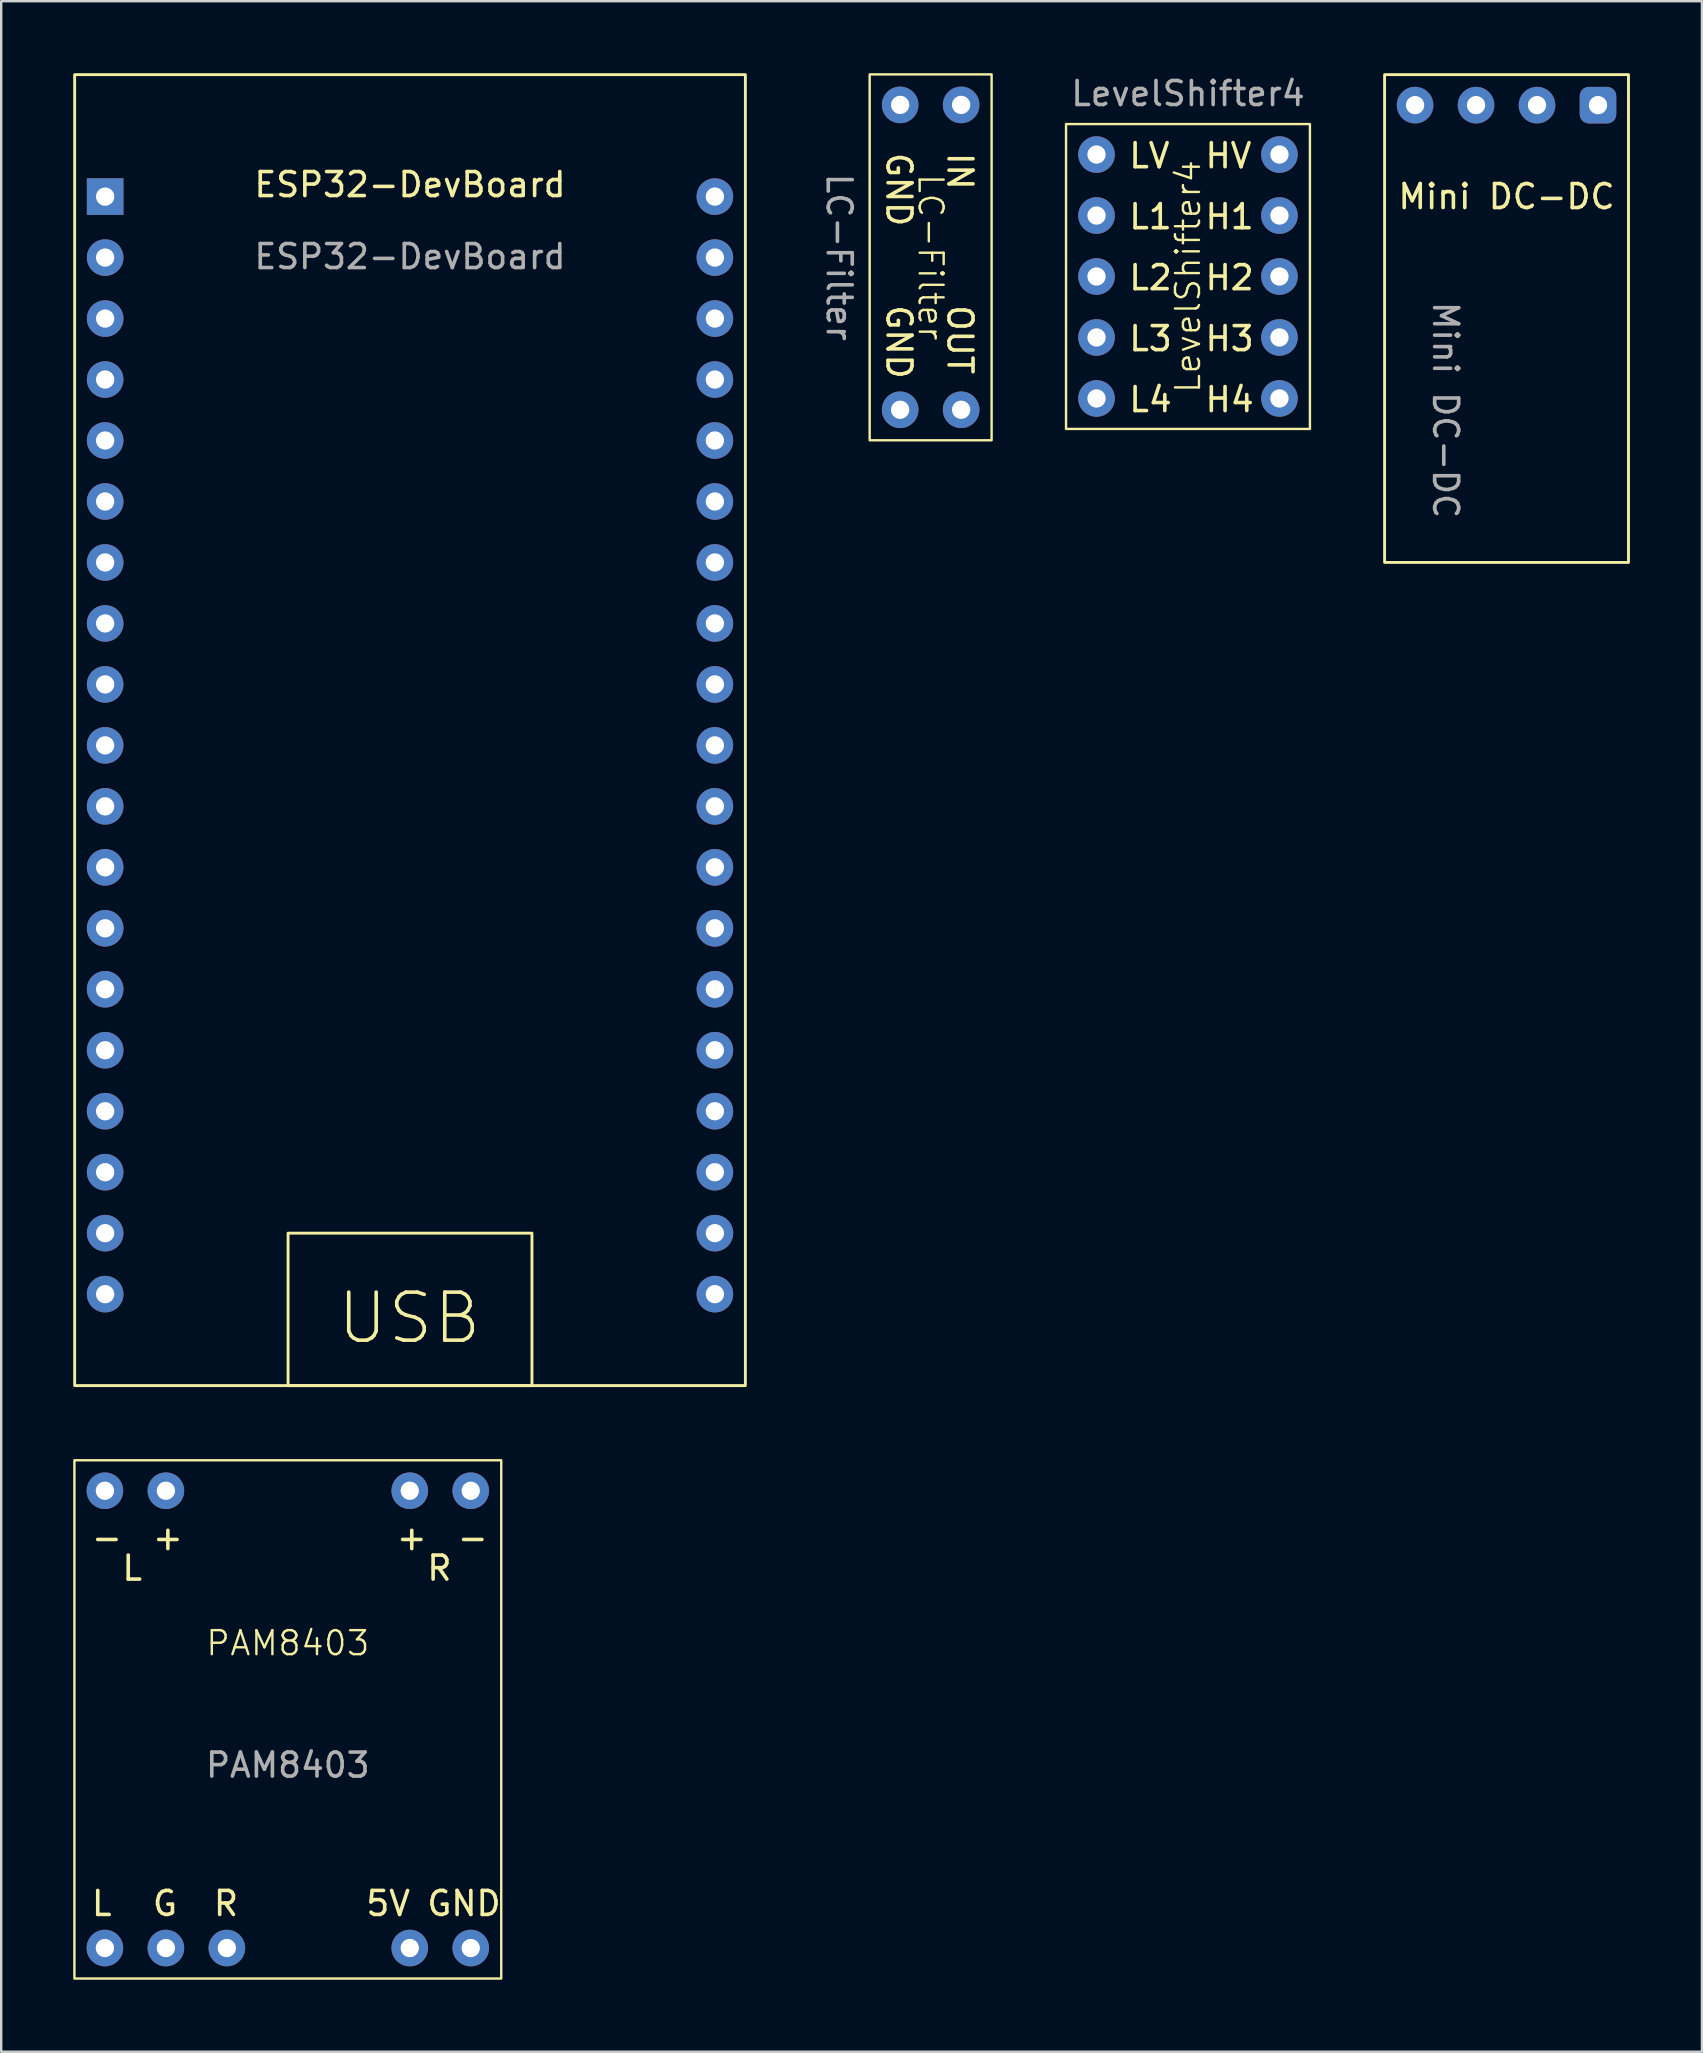
<source format=kicad_pcb>
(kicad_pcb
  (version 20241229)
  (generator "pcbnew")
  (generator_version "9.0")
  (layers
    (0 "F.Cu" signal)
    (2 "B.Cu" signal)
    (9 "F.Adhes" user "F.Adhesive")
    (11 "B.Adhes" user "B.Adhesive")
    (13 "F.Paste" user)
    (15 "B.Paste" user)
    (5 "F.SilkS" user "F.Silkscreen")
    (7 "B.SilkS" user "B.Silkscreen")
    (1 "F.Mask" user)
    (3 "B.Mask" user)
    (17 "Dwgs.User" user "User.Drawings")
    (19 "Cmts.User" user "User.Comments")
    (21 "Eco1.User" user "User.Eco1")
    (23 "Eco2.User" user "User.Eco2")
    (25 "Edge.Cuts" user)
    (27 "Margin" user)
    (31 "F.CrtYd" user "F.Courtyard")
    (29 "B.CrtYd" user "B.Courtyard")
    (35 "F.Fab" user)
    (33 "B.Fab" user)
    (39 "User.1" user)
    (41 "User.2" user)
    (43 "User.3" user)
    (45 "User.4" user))
  (footprint "PAM8403"
    (layer "F.Cu")
    (at 8.94 59.05)
    (property "Reference" "PAM8403" (at 0 6.35 0) (unlocked yes) (layer "F.SilkS") (effects (font (size 1 1) (thickness 0.1))))
    (attr through_hole)
    (fp_rect (start -8.89 -1.27) (end 8.89 20.32) (stroke (width 0.1) (type default)) (fill no) (layer "F.SilkS"))
    (fp_text user "R" (at 5.715 3.81 0) (unlocked yes) (layer "F.SilkS") (effects (font (size 1 1) (thickness 0.15)) (justify left bottom)))
    (fp_text user "G" (at -5.715 17.78 0) (unlocked yes) (layer "F.SilkS") (effects (font (size 1 1) (thickness 0.15)) (justify left bottom)))
    (fp_text user "L" (at -8.255 17.78 0) (unlocked yes) (layer "F.SilkS") (effects (font (size 1 1) (thickness 0.15)) (justify left bottom)))
    (fp_text user "5V" (at 3.175 17.78 0) (unlocked yes) (layer "F.SilkS") (effects (font (size 1 1) (thickness 0.15)) (justify left bottom)))
    (fp_text user "R" (at -3.175 17.78 0) (unlocked yes) (layer "F.SilkS") (effects (font (size 1 1) (thickness 0.15)) (justify left bottom)))
    (fp_text user "-" (at -8.255 2.54 0) (unlocked yes) (layer "F.SilkS") (effects (font (size 1 1) (thickness 0.15)) (justify left bottom)))
    (fp_text user "+" (at 4.445 2.54 0) (unlocked yes) (layer "F.SilkS") (effects (font (size 1 1) (thickness 0.15)) (justify left bottom)))
    (fp_text user "-" (at 6.985 2.54 0) (unlocked yes) (layer "F.SilkS") (effects (font (size 1 1) (thickness 0.15)) (justify left bottom)))
    (fp_text user "L" (at -6.985 3.81 0) (unlocked yes) (layer "F.SilkS") (effects (font (size 1 1) (thickness 0.15)) (justify left bottom)))
    (fp_text user "+" (at -5.715 2.54 0) (unlocked yes) (layer "F.SilkS") (effects (font (size 1 1) (thickness 0.15)) (justify left bottom)))
    (fp_text user "GND" (at 5.715 17.78 0) (unlocked yes) (layer "F.SilkS") (effects (font (size 1 1) (thickness 0.15)) (justify left bottom)))
    (fp_text user "${REFERENCE}" (at 0 11.43 0) (unlocked yes) (layer "F.Fab") (effects (font (size 1 1) (thickness 0.15))))
    (pad "1" thru_hole circle (at -7.62 19.05) (size 1.524 1.524) (drill 0.762) (layers "*.Cu" "*.Mask"))
    (pad "2" thru_hole circle (at -5.08 19.05) (size 1.524 1.524) (drill 0.762) (layers "*.Cu" "*.Mask"))
    (pad "3" thru_hole circle (at -2.54 19.05) (size 1.524 1.524) (drill 0.762) (layers "*.Cu" "*.Mask"))
    (pad "4" thru_hole circle (at 5.08 19.05) (size 1.524 1.524) (drill 0.762) (layers "*.Cu" "*.Mask"))
    (pad "5" thru_hole circle (at 7.62 19.05) (size 1.524 1.524) (drill 0.762) (layers "*.Cu" "*.Mask"))
    (pad "6" thru_hole circle (at 7.62 0) (size 1.524 1.524) (drill 0.762) (layers "*.Cu" "*.Mask"))
    (pad "7" thru_hole circle (at 5.08 0) (size 1.524 1.524) (drill 0.762) (layers "*.Cu" "*.Mask"))
    (pad "8" thru_hole circle (at -5.08 0) (size 1.524 1.524) (drill 0.762) (layers "*.Cu" "*.Mask"))
    (pad "9" thru_hole circle (at -7.62 0) (size 1.524 1.524) (drill 0.762) (layers "*.Cu" "*.Mask")))
  (footprint "Mini DC-DC"
    (layer "F.Cu")
    (at 58.438 7.68)
    (property "Reference" "Mini DC-DC" (at 1.27 -2.54 0) (unlocked yes) (layer "F.SilkS") (effects (font (size 1 1) (thickness 0.15))))
    (attr through_hole)
    (fp_rect (start -3.81 -7.62) (end 6.35 12.7) (stroke (width 0.12) (type default)) (fill no) (layer "F.SilkS"))
    (fp_text user "${REFERENCE}" (at -1.27 6.35 270) (unlocked yes) (layer "F.Fab") (effects (font (size 1 1) (thickness 0.15))))
    (pad "1" thru_hole roundrect (at 5.08 -6.35) (size 1.524 1.524) (drill 0.762) (layers "*.Cu" "*.Mask") (roundrect_rratio 0.25))
    (pad "2" thru_hole circle (at 2.54 -6.35) (size 1.524 1.524) (drill 0.762) (layers "*.Cu" "*.Mask"))
    (pad "3" thru_hole circle (at 0 -6.35) (size 1.524 1.524) (drill 0.762) (layers "*.Cu" "*.Mask"))
    (pad "4" thru_hole circle (at -2.54 -6.35) (size 1.524 1.524) (drill 0.762) (layers "*.Cu" "*.Mask")))
  (footprint "LevelShifter4"
    (layer "F.Cu")
    (at 47.708 3.388)
    (property "Reference" "LevelShifter4" (at -1.27 5.08 90) (unlocked yes) (layer "F.SilkS") (effects (font (size 1 1) (thickness 0.1))))
    (attr through_hole)
    (fp_rect (start -6.35 -1.27) (end 3.81 11.43) (stroke (width 0.1) (type default)) (fill no) (layer "F.SilkS"))
    (fp_text user "H2" (at -0.635 5.715 0) (unlocked yes) (layer "F.SilkS") (effects (font (size 1 1) (thickness 0.15)) (justify left bottom)))
    (fp_text user "HV" (at -0.635 0.635 0) (unlocked yes) (layer "F.SilkS") (effects (font (size 1 1) (thickness 0.15)) (justify left bottom)))
    (fp_text user "H4" (at -0.635 10.795 0) (unlocked yes) (layer "F.SilkS") (effects (font (size 1 1) (thickness 0.15)) (justify left bottom)))
    (fp_text user "H3" (at -0.635 8.255 0) (unlocked yes) (layer "F.SilkS") (effects (font (size 1 1) (thickness 0.15)) (justify left bottom)))
    (fp_text user "LV" (at -3.81 0.635 0) (unlocked yes) (layer "F.SilkS") (effects (font (size 1 1) (thickness 0.15)) (justify left bottom)))
    (fp_text user "L2" (at -3.81 5.715 0) (unlocked yes) (layer "F.SilkS") (effects (font (size 1 1) (thickness 0.15)) (justify left bottom)))
    (fp_text user "H1" (at -0.635 3.175 0) (unlocked yes) (layer "F.SilkS") (effects (font (size 1 1) (thickness 0.15)) (justify left bottom)))
    (fp_text user "L3" (at -3.81 8.255 0) (unlocked yes) (layer "F.SilkS") (effects (font (size 1 1) (thickness 0.15)) (justify left bottom)))
    (fp_text user "L1" (at -3.81 3.175 0) (unlocked yes) (layer "F.SilkS") (effects (font (size 1 1) (thickness 0.15)) (justify left bottom)))
    (fp_text user "L4" (at -3.81 10.795 0) (unlocked yes) (layer "F.SilkS") (effects (font (size 1 1) (thickness 0.15)) (justify left bottom)))
    (fp_text user "${REFERENCE}" (at -1.27 -2.54 0) (unlocked yes) (layer "F.Fab") (effects (font (size 1 1) (thickness 0.15))))
    (pad "1" thru_hole circle (at -5.08 0) (size 1.524 1.524) (drill 0.762) (layers "*.Cu" "*.Mask"))
    (pad "2" thru_hole circle (at -5.08 2.54) (size 1.524 1.524) (drill 0.762) (layers "*.Cu" "*.Mask"))
    (pad "3" thru_hole circle (at -5.08 5.08) (size 1.524 1.524) (drill 0.762) (layers "*.Cu" "*.Mask"))
    (pad "4" thru_hole circle (at -5.08 7.62) (size 1.524 1.524) (drill 0.762) (layers "*.Cu" "*.Mask"))
    (pad "5" thru_hole circle (at -5.08 10.16) (size 1.524 1.524) (drill 0.762) (layers "*.Cu" "*.Mask"))
    (pad "6" thru_hole circle (at 2.54 10.16) (size 1.524 1.524) (drill 0.762) (layers "*.Cu" "*.Mask"))
    (pad "7" thru_hole circle (at 2.54 7.62) (size 1.524 1.524) (drill 0.762) (layers "*.Cu" "*.Mask"))
    (pad "8" thru_hole circle (at 2.54 5.08) (size 1.524 1.524) (drill 0.762) (layers "*.Cu" "*.Mask"))
    (pad "9" thru_hole circle (at 2.54 2.54) (size 1.524 1.524) (drill 0.762) (layers "*.Cu" "*.Mask"))
    (pad "10" thru_hole circle (at 2.54 0) (size 1.524 1.524) (drill 0.762) (layers "*.Cu" "*.Mask")))
  (footprint "ESP32-DevBoard"
    (layer "F.Cu")
    (at 14.03 5.14)
    (property "Reference" "ESP32-DevBoard" (at 0 -0.5 0) (unlocked yes) (layer "F.SilkS") (effects (font (size 1 1) (thickness 0.15))))
    (attr through_hole)
    (fp_rect (start -13.97 -5.08) (end 13.97 49.53) (stroke (width 0.12) (type default)) (fill no) (layer "F.SilkS"))
    (fp_rect (start -5.08 43.18) (end 5.08 49.53) (stroke (width 0.12) (type default)) (fill no) (layer "F.SilkS"))
    (fp_text user "USB" (at -3.127 47.889 0) (unlocked yes) (layer "F.SilkS") (effects (font (size 2 2) (thickness 0.15)) (justify left bottom)))
    (fp_text user "${REFERENCE}" (at 0 2.5 0) (unlocked yes) (layer "F.Fab") (effects (font (size 1 1) (thickness 0.15))))
    (pad "1" thru_hole rect (at -12.7 0) (size 1.524 1.524) (drill 0.762) (layers "*.Cu" "*.Mask"))
    (pad "2" thru_hole circle (at -12.7 2.54) (size 1.524 1.524) (drill 0.762) (layers "*.Cu" "*.Mask"))
    (pad "3" thru_hole circle (at -12.7 5.08) (size 1.524 1.524) (drill 0.762) (layers "*.Cu" "*.Mask"))
    (pad "4" thru_hole circle (at -12.7 7.62) (size 1.524 1.524) (drill 0.762) (layers "*.Cu" "*.Mask"))
    (pad "5" thru_hole circle (at -12.7 10.16) (size 1.524 1.524) (drill 0.762) (layers "*.Cu" "*.Mask"))
    (pad "6" thru_hole circle (at -12.7 12.7) (size 1.524 1.524) (drill 0.762) (layers "*.Cu" "*.Mask"))
    (pad "7" thru_hole circle (at -12.7 15.24) (size 1.524 1.524) (drill 0.762) (layers "*.Cu" "*.Mask"))
    (pad "8" thru_hole circle (at -12.7 17.78) (size 1.524 1.524) (drill 0.762) (layers "*.Cu" "*.Mask"))
    (pad "9" thru_hole circle (at -12.7 20.32) (size 1.524 1.524) (drill 0.762) (layers "*.Cu" "*.Mask"))
    (pad "10" thru_hole circle (at -12.7 22.86) (size 1.524 1.524) (drill 0.762) (layers "*.Cu" "*.Mask"))
    (pad "11" thru_hole circle (at -12.7 25.4) (size 1.524 1.524) (drill 0.762) (layers "*.Cu" "*.Mask"))
    (pad "12" thru_hole circle (at -12.7 27.94) (size 1.524 1.524) (drill 0.762) (layers "*.Cu" "*.Mask"))
    (pad "13" thru_hole circle (at -12.7 30.48) (size 1.524 1.524) (drill 0.762) (layers "*.Cu" "*.Mask"))
    (pad "14" thru_hole circle (at -12.7 33.02) (size 1.524 1.524) (drill 0.762) (layers "*.Cu" "*.Mask"))
    (pad "15" thru_hole circle (at -12.7 35.56) (size 1.524 1.524) (drill 0.762) (layers "*.Cu" "*.Mask"))
    (pad "16" thru_hole circle (at -12.7 38.1) (size 1.524 1.524) (drill 0.762) (layers "*.Cu" "*.Mask"))
    (pad "17" thru_hole circle (at -12.7 40.64) (size 1.524 1.524) (drill 0.762) (layers "*.Cu" "*.Mask"))
    (pad "18" thru_hole circle (at -12.7 43.18) (size 1.524 1.524) (drill 0.762) (layers "*.Cu" "*.Mask"))
    (pad "19" thru_hole circle (at -12.7 45.72) (size 1.524 1.524) (drill 0.762) (layers "*.Cu" "*.Mask"))
    (pad "20" thru_hole circle (at 12.7 45.72) (size 1.524 1.524) (drill 0.762) (layers "*.Cu" "*.Mask"))
    (pad "21" thru_hole circle (at 12.7 43.18) (size 1.524 1.524) (drill 0.762) (layers "*.Cu" "*.Mask"))
    (pad "22" thru_hole circle (at 12.7 40.64) (size 1.524 1.524) (drill 0.762) (layers "*.Cu" "*.Mask"))
    (pad "23" thru_hole circle (at 12.7 38.1) (size 1.524 1.524) (drill 0.762) (layers "*.Cu" "*.Mask"))
    (pad "24" thru_hole circle (at 12.7 35.56) (size 1.524 1.524) (drill 0.762) (layers "*.Cu" "*.Mask"))
    (pad "25" thru_hole circle (at 12.7 33.02) (size 1.524 1.524) (drill 0.762) (layers "*.Cu" "*.Mask"))
    (pad "26" thru_hole circle (at 12.7 30.48) (size 1.524 1.524) (drill 0.762) (layers "*.Cu" "*.Mask"))
    (pad "27" thru_hole circle (at 12.7 27.94) (size 1.524 1.524) (drill 0.762) (layers "*.Cu" "*.Mask"))
    (pad "28" thru_hole circle (at 12.7 25.4) (size 1.524 1.524) (drill 0.762) (layers "*.Cu" "*.Mask"))
    (pad "29" thru_hole circle (at 12.7 22.86) (size 1.524 1.524) (drill 0.762) (layers "*.Cu" "*.Mask"))
    (pad "30" thru_hole circle (at 12.7 20.32) (size 1.524 1.524) (drill 0.762) (layers "*.Cu" "*.Mask"))
    (pad "31" thru_hole circle (at 12.7 17.78) (size 1.524 1.524) (drill 0.762) (layers "*.Cu" "*.Mask"))
    (pad "32" thru_hole circle (at 12.7 15.24) (size 1.524 1.524) (drill 0.762) (layers "*.Cu" "*.Mask"))
    (pad "33" thru_hole circle (at 12.7 12.7) (size 1.524 1.524) (drill 0.762) (layers "*.Cu" "*.Mask"))
    (pad "34" thru_hole circle (at 12.7 10.16) (size 1.524 1.524) (drill 0.762) (layers "*.Cu" "*.Mask"))
    (pad "35" thru_hole circle (at 12.7 7.62) (size 1.524 1.524) (drill 0.762) (layers "*.Cu" "*.Mask"))
    (pad "36" thru_hole circle (at 12.7 5.08) (size 1.524 1.524) (drill 0.762) (layers "*.Cu" "*.Mask"))
    (pad "37" thru_hole circle (at 12.7 2.54) (size 1.524 1.524) (drill 0.762) (layers "*.Cu" "*.Mask"))
    (pad "38" thru_hole circle (at 12.7 0) (size 1.524 1.524) (drill 0.762) (layers "*.Cu" "*.Mask")))
  (footprint "LC-Filter"
    (layer "F.Cu")
    (at 36.988 1.32)
    (property "Reference" "LC-Filter" (at -1.27 6.35 270) (unlocked yes) (layer "F.SilkS") (effects (font (size 1 1) (thickness 0.1))))
    (attr through_hole)
    (fp_rect (start -3.81 -1.27) (end 1.27 13.97) (stroke (width 0.1) (type default)) (fill no) (layer "F.SilkS"))
    (fp_text user "GND" (at -3.175 8.255 270) (unlocked yes) (layer "F.SilkS") (effects (font (size 1 1) (thickness 0.15)) (justify left bottom)))
    (fp_text user "GND" (at -3.175 1.905 270) (unlocked yes) (layer "F.SilkS") (effects (font (size 1 1) (thickness 0.15)) (justify left bottom)))
    (fp_text user "IN" (at -0.635 1.905 270) (unlocked yes) (layer "F.SilkS") (effects (font (size 1 1) (thickness 0.15)) (justify left bottom)))
    (fp_text user "OUT" (at -0.635 8.255 270) (unlocked yes) (layer "F.SilkS") (effects (font (size 1 1) (thickness 0.15)) (justify left bottom)))
    (fp_text user "${REFERENCE}" (at -5.08 6.35 270) (unlocked yes) (layer "F.Fab") (effects (font (size 1 1) (thickness 0.15))))
    (pad "1" thru_hole circle (at 0 0) (size 1.524 1.524) (drill 0.762) (layers "*.Cu" "*.Mask"))
    (pad "2" thru_hole circle (at -2.54 0) (size 1.524 1.524) (drill 0.762) (layers "*.Cu" "*.Mask"))
    (pad "3" thru_hole circle (at -2.54 12.7) (size 1.524 1.524) (drill 0.762) (layers "*.Cu" "*.Mask"))
    (pad "4" thru_hole circle (at 0 12.7) (size 1.524 1.524) (drill 0.762) (layers "*.Cu" "*.Mask")))
  (gr_rect
    (start -3 -3)
    (end 67.848 82.42)
    (stroke (width 0.1) (type default))
    (fill no)
    (layer "Edge.Cuts")))
</source>
